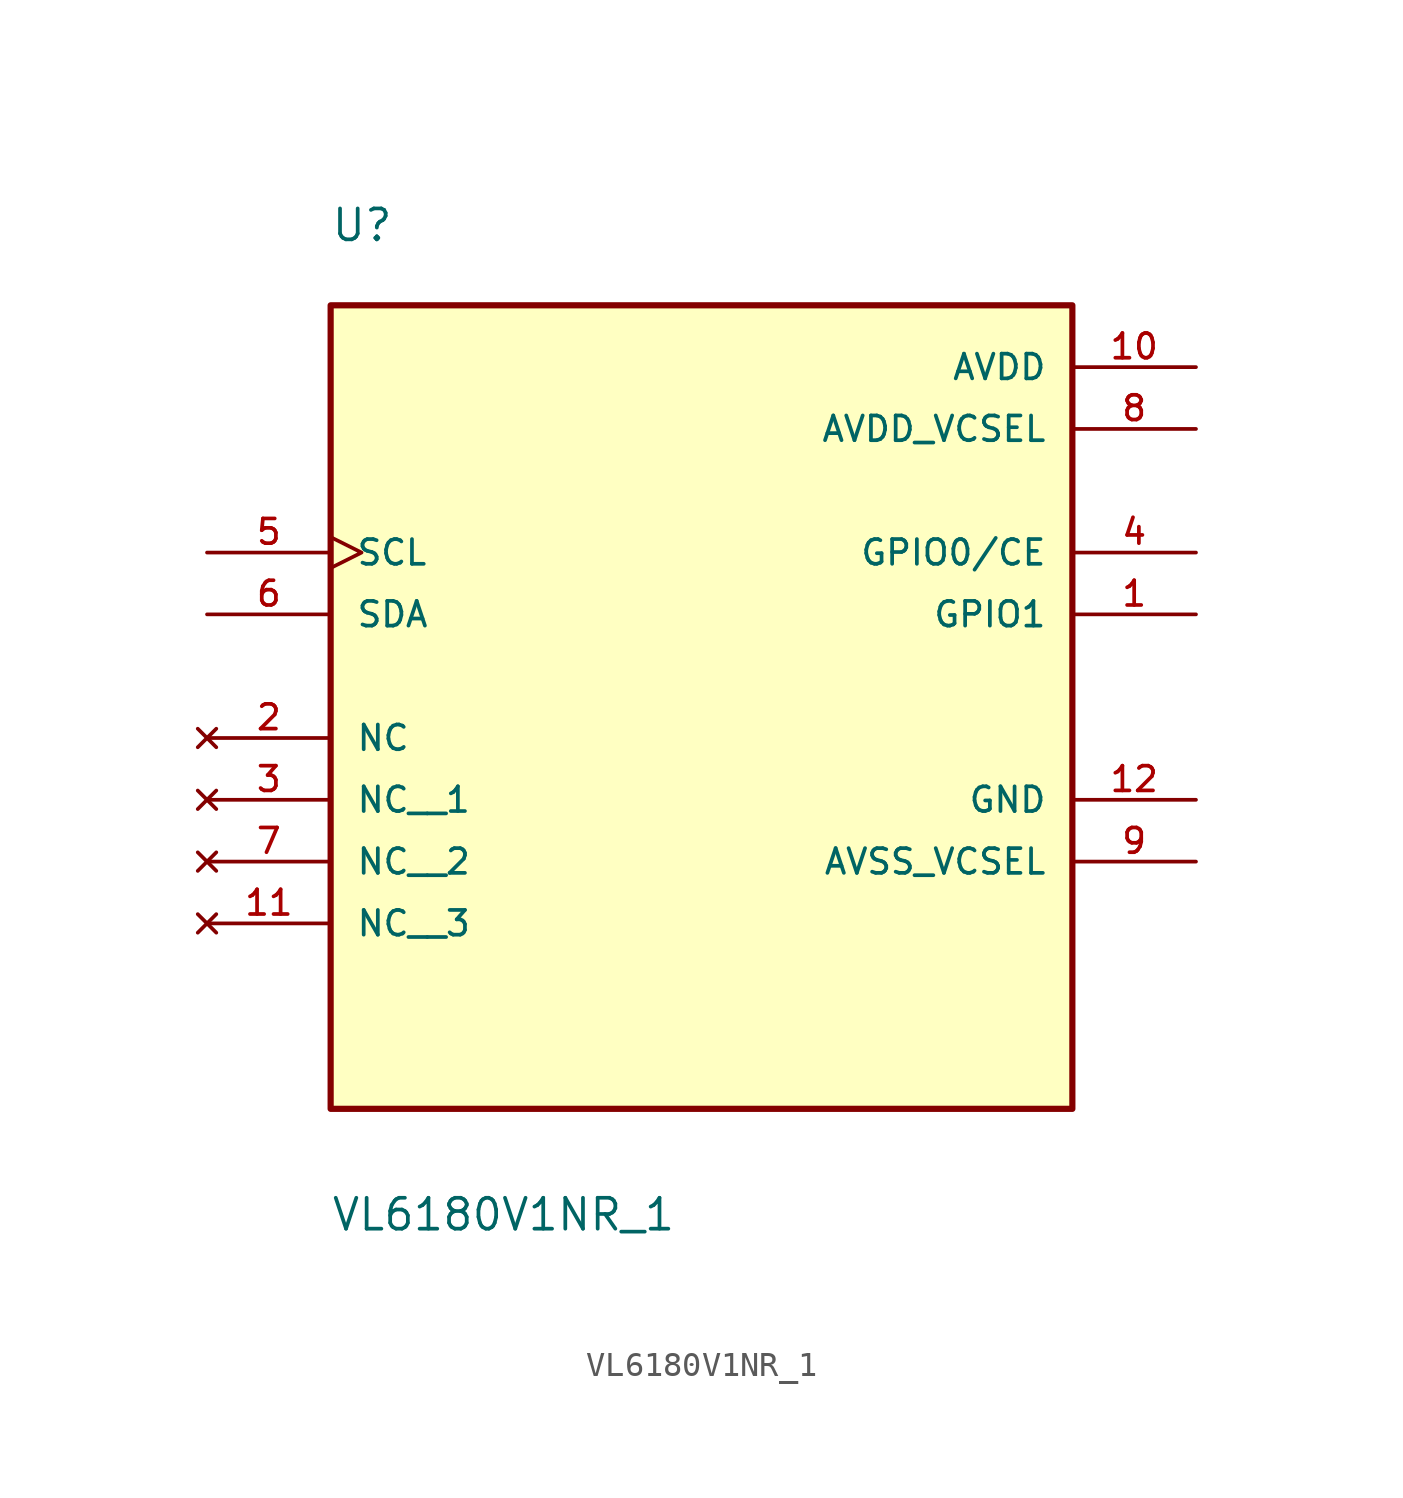
<source format=kicad_sym>
(kicad_symbol_lib
  (version 20211014)
  (generator kicad_symbol_editor)
  (symbol "VL6180V1NR_1"
    (pin_names
      (offset 1.016))
    (property "Reference" "U"
      (at -15.257 15.248 0)
      (effects (font (size 1.27 1.27)) (justify bottom left)))
    (property "Value" "VL6180V1NR_1"
      (at -15.252 -25.408 0)
      (effects (font (size 1.27 1.27)) (justify bottom left)))
    (symbol "VL6180V1NR_1_0_0"
      (rectangle (start -15.24 -20.32) (end 15.24 12.7) (stroke (width 0.254)) (fill (type background)))
      (pin bidirectional line (at 20.32 0.0 180.0) (length 5.08) (name "GPIO1" (effects (font (size 1.016 1.016)))) (number "1" (effects (font (size 1.016 1.016)))))
      (pin bidirectional line (at 20.32 2.54 180.0) (length 5.08) (name "GPIO0/CE" (effects (font (size 1.016 1.016)))) (number "4" (effects (font (size 1.016 1.016)))))
      (pin input clock (at -20.32 2.54 0) (length 5.08) (name "SCL" (effects (font (size 1.016 1.016)))) (number "5" (effects (font (size 1.016 1.016)))))
      (pin bidirectional line (at -20.32 0.0 0) (length 5.08) (name "SDA" (effects (font (size 1.016 1.016)))) (number "6" (effects (font (size 1.016 1.016)))))
      (pin power_in line (at 20.32 7.62 180.0) (length 5.08) (name "AVDD_VCSEL" (effects (font (size 1.016 1.016)))) (number "8" (effects (font (size 1.016 1.016)))))
      (pin power_in line (at 20.32 -10.16 180.0) (length 5.08) (name "AVSS_VCSEL" (effects (font (size 1.016 1.016)))) (number "9" (effects (font (size 1.016 1.016)))))
      (pin power_in line (at 20.32 10.16 180.0) (length 5.08) (name "AVDD" (effects (font (size 1.016 1.016)))) (number "10" (effects (font (size 1.016 1.016)))))
      (pin power_in line (at 20.32 -7.62 180.0) (length 5.08) (name "GND" (effects (font (size 1.016 1.016)))) (number "12" (effects (font (size 1.016 1.016)))))
      (pin no_connect line (at -20.32 -5.08 0) (length 5.08) (name "NC" (effects (font (size 1.016 1.016)))) (number "2" (effects (font (size 1.016 1.016)))))
      (pin no_connect line (at -20.32 -7.62 0) (length 5.08) (name "NC__1" (effects (font (size 1.016 1.016)))) (number "3" (effects (font (size 1.016 1.016)))))
      (pin no_connect line (at -20.32 -10.16 0) (length 5.08) (name "NC__2" (effects (font (size 1.016 1.016)))) (number "7" (effects (font (size 1.016 1.016)))))
      (pin no_connect line (at -20.32 -12.7 0) (length 5.08) (name "NC__3" (effects (font (size 1.016 1.016)))) (number "11" (effects (font (size 1.016 1.016))))))))
</source>
